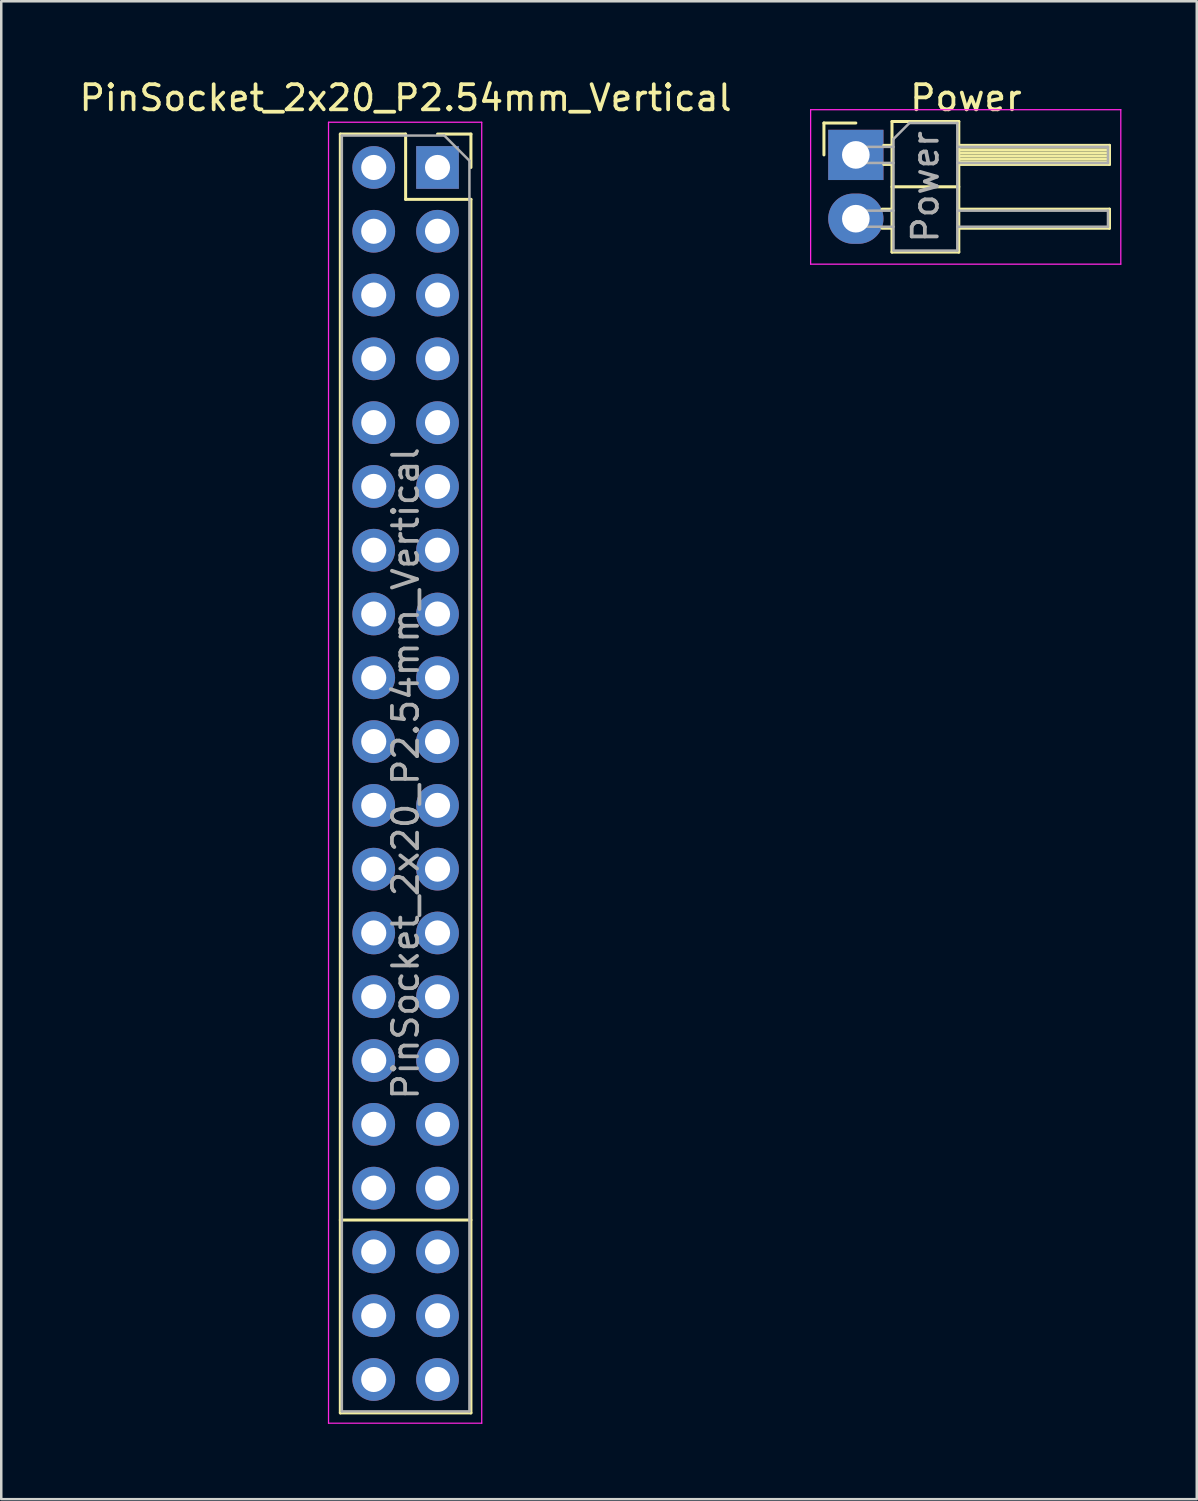
<source format=kicad_pcb>
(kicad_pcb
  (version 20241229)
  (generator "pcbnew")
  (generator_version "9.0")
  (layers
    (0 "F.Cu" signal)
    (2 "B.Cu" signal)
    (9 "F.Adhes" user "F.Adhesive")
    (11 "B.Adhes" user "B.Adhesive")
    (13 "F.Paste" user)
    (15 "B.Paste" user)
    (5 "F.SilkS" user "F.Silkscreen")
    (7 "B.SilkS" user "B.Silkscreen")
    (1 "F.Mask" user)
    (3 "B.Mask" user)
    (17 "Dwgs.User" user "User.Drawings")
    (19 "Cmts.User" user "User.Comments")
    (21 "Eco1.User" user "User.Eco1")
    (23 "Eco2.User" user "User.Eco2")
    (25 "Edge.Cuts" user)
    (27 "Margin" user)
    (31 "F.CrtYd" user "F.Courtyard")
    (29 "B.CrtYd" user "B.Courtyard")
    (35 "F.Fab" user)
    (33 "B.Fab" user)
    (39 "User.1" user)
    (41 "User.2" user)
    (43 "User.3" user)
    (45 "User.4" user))
  (footprint "Power"
    (layer "F.Cu")
    (at 31.027 3.118)
    (property "Reference" "Power" (at 4.385 -2.27 0) (layer "F.SilkS") (effects (font (size 1 1) (thickness 0.15))))
    (attr through_hole)
    (fp_line (start -1.27 -1.27) (end 0 -1.27) (stroke (width 0.12) (type solid)) (layer "F.SilkS"))
    (fp_line (start -1.27 0) (end -1.27 -1.27) (stroke (width 0.12) (type solid)) (layer "F.SilkS"))
    (fp_line (start 1.043 2.16) (end 1.44 2.16) (stroke (width 0.12) (type solid)) (layer "F.SilkS"))
    (fp_line (start 1.043 2.92) (end 1.44 2.92) (stroke (width 0.12) (type solid)) (layer "F.SilkS"))
    (fp_line (start 1.11 -0.38) (end 1.44 -0.38) (stroke (width 0.12) (type solid)) (layer "F.SilkS"))
    (fp_line (start 1.11 0.38) (end 1.44 0.38) (stroke (width 0.12) (type solid)) (layer "F.SilkS"))
    (fp_line (start 1.44 -1.33) (end 1.44 3.87) (stroke (width 0.12) (type solid)) (layer "F.SilkS"))
    (fp_line (start 1.44 1.27) (end 4.1 1.27) (stroke (width 0.12) (type solid)) (layer "F.SilkS"))
    (fp_line (start 1.44 3.87) (end 4.1 3.87) (stroke (width 0.12) (type solid)) (layer "F.SilkS"))
    (fp_line (start 4.1 -1.33) (end 1.44 -1.33) (stroke (width 0.12) (type solid)) (layer "F.SilkS"))
    (fp_line (start 4.1 -0.38) (end 10.1 -0.38) (stroke (width 0.12) (type solid)) (layer "F.SilkS"))
    (fp_line (start 4.1 -0.32) (end 10.1 -0.32) (stroke (width 0.12) (type solid)) (layer "F.SilkS"))
    (fp_line (start 4.1 -0.2) (end 10.1 -0.2) (stroke (width 0.12) (type solid)) (layer "F.SilkS"))
    (fp_line (start 4.1 -0.08) (end 10.1 -0.08) (stroke (width 0.12) (type solid)) (layer "F.SilkS"))
    (fp_line (start 4.1 0.04) (end 10.1 0.04) (stroke (width 0.12) (type solid)) (layer "F.SilkS"))
    (fp_line (start 4.1 0.16) (end 10.1 0.16) (stroke (width 0.12) (type solid)) (layer "F.SilkS"))
    (fp_line (start 4.1 0.28) (end 10.1 0.28) (stroke (width 0.12) (type solid)) (layer "F.SilkS"))
    (fp_line (start 4.1 2.16) (end 10.1 2.16) (stroke (width 0.12) (type solid)) (layer "F.SilkS"))
    (fp_line (start 4.1 3.87) (end 4.1 -1.33) (stroke (width 0.12) (type solid)) (layer "F.SilkS"))
    (fp_line (start 10.1 -0.38) (end 10.1 0.38) (stroke (width 0.12) (type solid)) (layer "F.SilkS"))
    (fp_line (start 10.1 0.38) (end 4.1 0.38) (stroke (width 0.12) (type solid)) (layer "F.SilkS"))
    (fp_line (start 10.1 2.16) (end 10.1 2.92) (stroke (width 0.12) (type solid)) (layer "F.SilkS"))
    (fp_line (start 10.1 2.92) (end 4.1 2.92) (stroke (width 0.12) (type solid)) (layer "F.SilkS"))
    (fp_line (start -1.8 -1.8) (end -1.8 4.35) (stroke (width 0.05) (type solid)) (layer "F.CrtYd"))
    (fp_line (start -1.8 4.35) (end 10.55 4.35) (stroke (width 0.05) (type solid)) (layer "F.CrtYd"))
    (fp_line (start 10.55 -1.8) (end -1.8 -1.8) (stroke (width 0.05) (type solid)) (layer "F.CrtYd"))
    (fp_line (start 10.55 4.35) (end 10.55 -1.8) (stroke (width 0.05) (type solid)) (layer "F.CrtYd"))
    (fp_line (start -0.32 -0.32) (end -0.32 0.32) (stroke (width 0.1) (type solid)) (layer "F.Fab"))
    (fp_line (start -0.32 -0.32) (end 1.5 -0.32) (stroke (width 0.1) (type solid)) (layer "F.Fab"))
    (fp_line (start -0.32 0.32) (end 1.5 0.32) (stroke (width 0.1) (type solid)) (layer "F.Fab"))
    (fp_line (start -0.32 2.22) (end -0.32 2.86) (stroke (width 0.1) (type solid)) (layer "F.Fab"))
    (fp_line (start -0.32 2.22) (end 1.5 2.22) (stroke (width 0.1) (type solid)) (layer "F.Fab"))
    (fp_line (start -0.32 2.86) (end 1.5 2.86) (stroke (width 0.1) (type solid)) (layer "F.Fab"))
    (fp_line (start 1.5 -0.635) (end 2.135 -1.27) (stroke (width 0.1) (type solid)) (layer "F.Fab"))
    (fp_line (start 1.5 3.81) (end 1.5 -0.635) (stroke (width 0.1) (type solid)) (layer "F.Fab"))
    (fp_line (start 2.135 -1.27) (end 4.04 -1.27) (stroke (width 0.1) (type solid)) (layer "F.Fab"))
    (fp_line (start 4.04 -1.27) (end 4.04 3.81) (stroke (width 0.1) (type solid)) (layer "F.Fab"))
    (fp_line (start 4.04 -0.32) (end 10.04 -0.32) (stroke (width 0.1) (type solid)) (layer "F.Fab"))
    (fp_line (start 4.04 0.32) (end 10.04 0.32) (stroke (width 0.1) (type solid)) (layer "F.Fab"))
    (fp_line (start 4.04 2.22) (end 10.04 2.22) (stroke (width 0.1) (type solid)) (layer "F.Fab"))
    (fp_line (start 4.04 2.86) (end 10.04 2.86) (stroke (width 0.1) (type solid)) (layer "F.Fab"))
    (fp_line (start 4.04 3.81) (end 1.5 3.81) (stroke (width 0.1) (type solid)) (layer "F.Fab"))
    (fp_line (start 10.04 -0.32) (end 10.04 0.32) (stroke (width 0.1) (type solid)) (layer "F.Fab"))
    (fp_line (start 10.04 2.22) (end 10.04 2.86) (stroke (width 0.1) (type solid)) (layer "F.Fab"))
    (fp_text user "${REFERENCE}" (at 2.77 1.27 270) (layer "F.Fab") (effects (font (size 1 1) (thickness 0.15))))
    (pad "1" thru_hole rect (at 0 0) (size 2.2 2) (drill 1.1) (layers "*.Cu" "*.Mask"))
    (pad "2" thru_hole oval (at 0 2.54) (size 2.2 2) (drill 1.1) (layers "*.Cu" "*.Mask")))
  (footprint "PinSocket_2x20_P2.54mm_Vertical"
    (layer "F.Cu")
    (at 14.371 3.618)
    (property "Reference" "PinSocket_2x20_P2.54mm_Vertical" (at -1.27 -2.77 0) (layer "F.SilkS") (effects (font (size 1 1) (thickness 0.15))))
    (attr through_hole)
    (fp_line (start -3.87 -1.33) (end -3.87 49.59) (stroke (width 0.12) (type solid)) (layer "F.SilkS"))
    (fp_line (start -3.87 -1.33) (end -1.27 -1.33) (stroke (width 0.12) (type solid)) (layer "F.SilkS"))
    (fp_line (start -3.87 49.59) (end 1.33 49.59) (stroke (width 0.12) (type solid)) (layer "F.SilkS"))
    (fp_line (start -1.27 -1.33) (end -1.27 1.27) (stroke (width 0.12) (type solid)) (layer "F.SilkS"))
    (fp_line (start -1.27 1.27) (end 1.33 1.27) (stroke (width 0.12) (type solid)) (layer "F.SilkS"))
    (fp_line (start 0 -1.33) (end 1.33 -1.33) (stroke (width 0.12) (type solid)) (layer "F.SilkS"))
    (fp_line (start 1.33 -1.33) (end 1.33 0) (stroke (width 0.12) (type solid)) (layer "F.SilkS"))
    (fp_line (start 1.33 1.27) (end 1.33 49.59) (stroke (width 0.12) (type solid)) (layer "F.SilkS"))
    (fp_line (start 1.33 41.91) (end -3.87 41.91) (stroke (width 0.12) (type solid)) (layer "F.SilkS"))
    (fp_line (start -4.34 -1.8) (end 1.76 -1.8) (stroke (width 0.05) (type solid)) (layer "F.CrtYd"))
    (fp_line (start -4.34 50) (end -4.34 -1.8) (stroke (width 0.05) (type solid)) (layer "F.CrtYd"))
    (fp_line (start 1.76 -1.8) (end 1.76 50) (stroke (width 0.05) (type solid)) (layer "F.CrtYd"))
    (fp_line (start 1.76 50) (end -4.34 50) (stroke (width 0.05) (type solid)) (layer "F.CrtYd"))
    (fp_line (start -3.81 -1.27) (end 0.27 -1.27) (stroke (width 0.1) (type solid)) (layer "F.Fab"))
    (fp_line (start -3.81 49.53) (end -3.81 -1.27) (stroke (width 0.1) (type solid)) (layer "F.Fab"))
    (fp_line (start 0.27 -1.27) (end 1.27 -0.27) (stroke (width 0.1) (type solid)) (layer "F.Fab"))
    (fp_line (start 1.27 -0.27) (end 1.27 49.53) (stroke (width 0.1) (type solid)) (layer "F.Fab"))
    (fp_line (start 1.27 49.53) (end -3.81 49.53) (stroke (width 0.1) (type solid)) (layer "F.Fab"))
    (fp_text user "${REFERENCE}" (at -1.27 24.13 90) (layer "F.Fab") (effects (font (size 1 1) (thickness 0.15))))
    (pad "1" thru_hole rect (at 0 0) (size 1.7 1.7) (drill 1) (layers "*.Cu" "*.Mask"))
    (pad "2" thru_hole oval (at -2.54 0) (size 1.7 1.7) (drill 1) (layers "*.Cu" "*.Mask"))
    (pad "3" thru_hole oval (at 0 2.54) (size 1.7 1.7) (drill 1) (layers "*.Cu" "*.Mask"))
    (pad "4" thru_hole oval (at -2.54 2.54) (size 1.7 1.7) (drill 1) (layers "*.Cu" "*.Mask"))
    (pad "5" thru_hole oval (at 0 5.08) (size 1.7 1.7) (drill 1) (layers "*.Cu" "*.Mask"))
    (pad "6" thru_hole oval (at -2.54 5.08) (size 1.7 1.7) (drill 1) (layers "*.Cu" "*.Mask"))
    (pad "7" thru_hole oval (at 0 7.62) (size 1.7 1.7) (drill 1) (layers "*.Cu" "*.Mask"))
    (pad "8" thru_hole oval (at -2.54 7.62) (size 1.7 1.7) (drill 1) (layers "*.Cu" "*.Mask"))
    (pad "9" thru_hole oval (at 0 10.16) (size 1.7 1.7) (drill 1) (layers "*.Cu" "*.Mask"))
    (pad "10" thru_hole oval (at -2.54 10.16) (size 1.7 1.7) (drill 1) (layers "*.Cu" "*.Mask"))
    (pad "11" thru_hole oval (at 0 12.7) (size 1.7 1.7) (drill 1) (layers "*.Cu" "*.Mask"))
    (pad "12" thru_hole oval (at -2.54 12.7) (size 1.7 1.7) (drill 1) (layers "*.Cu" "*.Mask"))
    (pad "13" thru_hole oval (at 0 15.24) (size 1.7 1.7) (drill 1) (layers "*.Cu" "*.Mask"))
    (pad "14" thru_hole oval (at -2.54 15.24) (size 1.7 1.7) (drill 1) (layers "*.Cu" "*.Mask"))
    (pad "15" thru_hole oval (at 0 17.78) (size 1.7 1.7) (drill 1) (layers "*.Cu" "*.Mask"))
    (pad "16" thru_hole oval (at -2.54 17.78) (size 1.7 1.7) (drill 1) (layers "*.Cu" "*.Mask"))
    (pad "17" thru_hole oval (at 0 20.32) (size 1.7 1.7) (drill 1) (layers "*.Cu" "*.Mask"))
    (pad "18" thru_hole oval (at -2.54 20.32) (size 1.7 1.7) (drill 1) (layers "*.Cu" "*.Mask"))
    (pad "19" thru_hole oval (at 0 22.86) (size 1.7 1.7) (drill 1) (layers "*.Cu" "*.Mask"))
    (pad "20" thru_hole oval (at -2.54 22.86) (size 1.7 1.7) (drill 1) (layers "*.Cu" "*.Mask"))
    (pad "21" thru_hole oval (at 0 25.4) (size 1.7 1.7) (drill 1) (layers "*.Cu" "*.Mask"))
    (pad "22" thru_hole oval (at -2.54 25.4) (size 1.7 1.7) (drill 1) (layers "*.Cu" "*.Mask"))
    (pad "23" thru_hole oval (at 0 27.94) (size 1.7 1.7) (drill 1) (layers "*.Cu" "*.Mask"))
    (pad "24" thru_hole oval (at -2.54 27.94) (size 1.7 1.7) (drill 1) (layers "*.Cu" "*.Mask"))
    (pad "25" thru_hole oval (at 0 30.48) (size 1.7 1.7) (drill 1) (layers "*.Cu" "*.Mask"))
    (pad "26" thru_hole oval (at -2.54 30.48) (size 1.7 1.7) (drill 1) (layers "*.Cu" "*.Mask"))
    (pad "27" thru_hole oval (at 0 33.02) (size 1.7 1.7) (drill 1) (layers "*.Cu" "*.Mask"))
    (pad "28" thru_hole oval (at -2.54 33.02) (size 1.7 1.7) (drill 1) (layers "*.Cu" "*.Mask"))
    (pad "29" thru_hole oval (at 0 35.56) (size 1.7 1.7) (drill 1) (layers "*.Cu" "*.Mask"))
    (pad "30" thru_hole oval (at -2.54 35.56) (size 1.7 1.7) (drill 1) (layers "*.Cu" "*.Mask"))
    (pad "31" thru_hole oval (at 0 38.1) (size 1.7 1.7) (drill 1) (layers "*.Cu" "*.Mask"))
    (pad "32" thru_hole oval (at -2.54 38.1) (size 1.7 1.7) (drill 1) (layers "*.Cu" "*.Mask"))
    (pad "33" thru_hole oval (at 0 40.64) (size 1.7 1.7) (drill 1) (layers "*.Cu" "*.Mask"))
    (pad "34" thru_hole oval (at -2.54 40.64) (size 1.7 1.7) (drill 1) (layers "*.Cu" "*.Mask"))
    (pad "35" thru_hole oval (at 0 43.18) (size 1.7 1.7) (drill 1) (layers "*.Cu" "*.Mask"))
    (pad "36" thru_hole oval (at -2.54 43.18) (size 1.7 1.7) (drill 1) (layers "*.Cu" "*.Mask"))
    (pad "37" thru_hole oval (at 0 45.72) (size 1.7 1.7) (drill 1) (layers "*.Cu" "*.Mask"))
    (pad "38" thru_hole oval (at -2.54 45.72) (size 1.7 1.7) (drill 1) (layers "*.Cu" "*.Mask"))
    (pad "39" thru_hole oval (at 0 48.26) (size 1.7 1.7) (drill 1) (layers "*.Cu" "*.Mask"))
    (pad "40" thru_hole oval (at -2.54 48.26) (size 1.7 1.7) (drill 1) (layers "*.Cu" "*.Mask")))
  (gr_rect
    (start -3 -3)
    (end 44.602 56.643)
    (stroke (width 0.1) (type default))
    (fill no)
    (layer "Edge.Cuts")))
</source>
